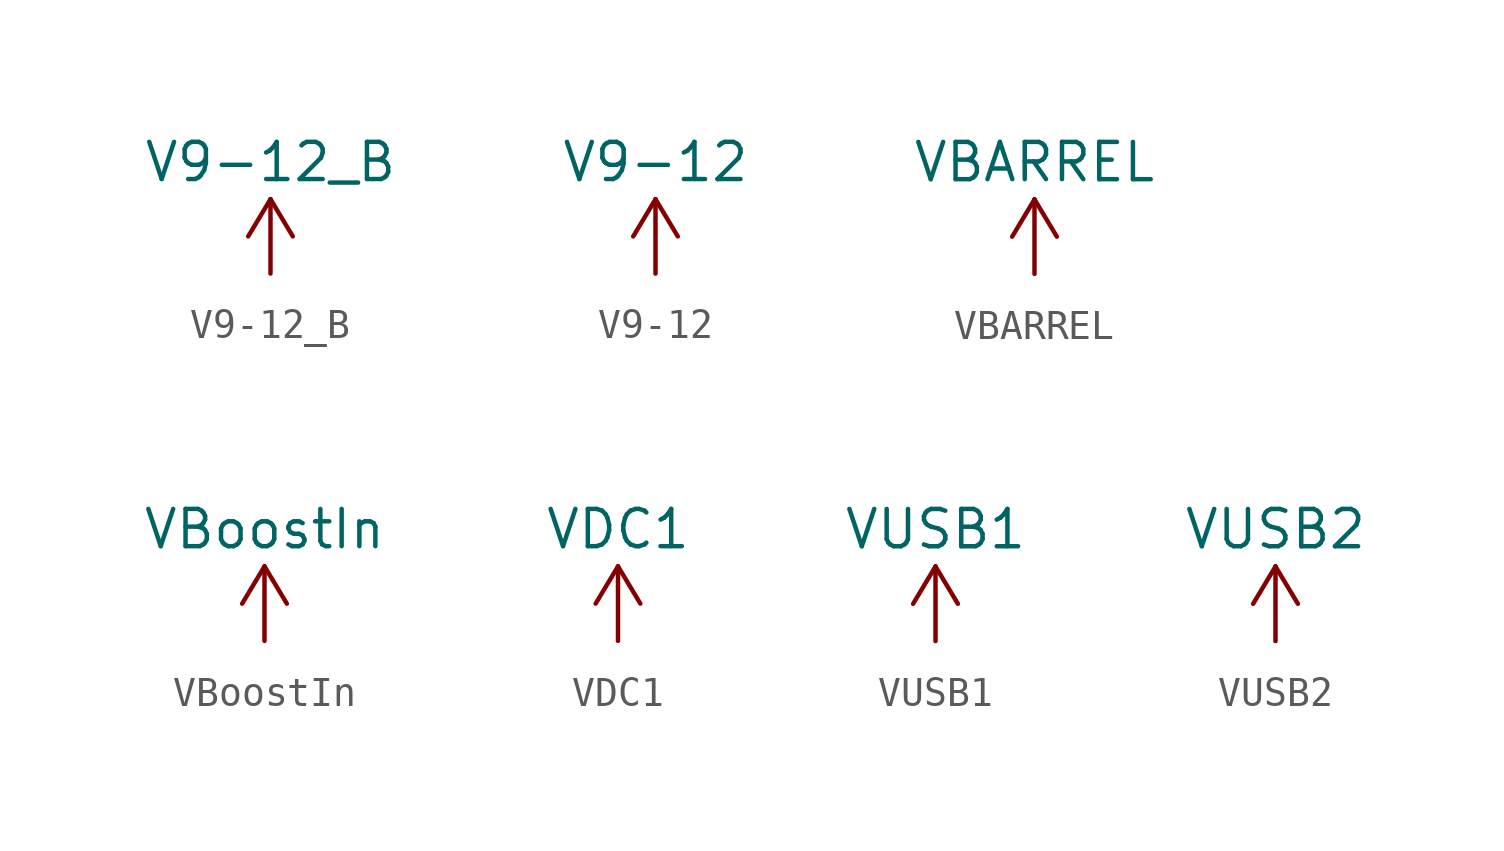
<source format=kicad_sym>
(kicad_symbol_lib
  (version 20220914)
  (generator kicad_symbol_editor)
  (symbol "V9-12_B"
    (power)
    (property "Reference" "#PWR"
      (at 3.81 -2.54 0)
      (effects (font (size 1.27 1.27)) hide))
    (property "Value" "V9-12_B"
      (at 0 3.81 0)
      (effects (font (size 1.27 1.27))))
    (symbol "V9-12_B_0_1"
      (polyline (pts (xy -0.762 1.27) (xy 0 2.54)) (stroke (width 0) (type default)) (fill (type none)))
      (polyline (pts (xy 0 0) (xy 0 2.54)) (stroke (width 0) (type default)) (fill (type none)))
      (polyline (pts (xy 0 2.54) (xy 0.762 1.27)) (stroke (width 0) (type default)) (fill (type none))))
    (symbol "V9-12_B_1_1"
      (pin power_in line (at 0 0 90) (length 0) hide (name "V9-12_B" (effects (font (size 1.27 1.27)))) (number "1" (effects (font (size 1.27 1.27)))))))
  (symbol "V9-12"
    (power)
    (property "Reference" "#PWR"
      (at 3.81 -2.54 0)
      (effects (font (size 1.27 1.27)) hide))
    (property "Value" "V9-12"
      (at 0 3.81 0)
      (effects (font (size 1.27 1.27))))
    (symbol "V9-12_0_1"
      (polyline (pts (xy -0.762 1.27) (xy 0 2.54)) (stroke (width 0) (type default)) (fill (type none)))
      (polyline (pts (xy 0 0) (xy 0 2.54)) (stroke (width 0) (type default)) (fill (type none)))
      (polyline (pts (xy 0 2.54) (xy 0.762 1.27)) (stroke (width 0) (type default)) (fill (type none))))
    (symbol "V9-12_1_1"
      (pin power_in line (at 0 0 90) (length 0) hide (name "V9-12" (effects (font (size 1.27 1.27)))) (number "1" (effects (font (size 1.27 1.27)))))))
  (symbol "VBARREL"
    (power)
    (property "Reference" "#PWR"
      (at 3.81 -2.54 0)
      (effects (font (size 1.27 1.27)) hide))
    (property "Value" "VBARREL"
      (at 0 3.81 0)
      (effects (font (size 1.27 1.27))))
    (symbol "VBARREL_0_1"
      (polyline (pts (xy -0.762 1.27) (xy 0 2.54)) (stroke (width 0) (type default)) (fill (type none)))
      (polyline (pts (xy 0 0) (xy 0 2.54)) (stroke (width 0) (type default)) (fill (type none)))
      (polyline (pts (xy 0 2.54) (xy 0.762 1.27)) (stroke (width 0) (type default)) (fill (type none))))
    (symbol "VBARREL_1_1"
      (pin power_in line (at 0 0 90) (length 0) hide (name "VBARREL" (effects (font (size 1.27 1.27)))) (number "1" (effects (font (size 1.27 1.27)))))))
  (symbol "VBoostIn"
    (power)
    (property "Reference" "#PWR"
      (at 3.81 -2.54 0)
      (effects (font (size 1.27 1.27)) hide))
    (property "Value" "VBoostIn"
      (at 0 3.81 0)
      (effects (font (size 1.27 1.27))))
    (symbol "VBoostIn_0_1"
      (polyline (pts (xy -0.762 1.27) (xy 0 2.54)) (stroke (width 0) (type default)) (fill (type none)))
      (polyline (pts (xy 0 0) (xy 0 2.54)) (stroke (width 0) (type default)) (fill (type none)))
      (polyline (pts (xy 0 2.54) (xy 0.762 1.27)) (stroke (width 0) (type default)) (fill (type none))))
    (symbol "VBoostIn_1_1"
      (pin power_in line (at 0 0 90) (length 0) hide (name "VBoostIn" (effects (font (size 1.27 1.27)))) (number "1" (effects (font (size 1.27 1.27)))))))
  (symbol "VDC1"
    (power)
    (property "Reference" "#PWR"
      (at 3.81 -2.54 0)
      (effects (font (size 1.27 1.27)) hide))
    (property "Value" "VDC1"
      (at 0 3.81 0)
      (effects (font (size 1.27 1.27))))
    (symbol "VDC1_0_1"
      (polyline (pts (xy -0.762 1.27) (xy 0 2.54)) (stroke (width 0) (type default)) (fill (type none)))
      (polyline (pts (xy 0 0) (xy 0 2.54)) (stroke (width 0) (type default)) (fill (type none)))
      (polyline (pts (xy 0 2.54) (xy 0.762 1.27)) (stroke (width 0) (type default)) (fill (type none))))
    (symbol "VDC1_1_1"
      (pin power_in line (at 0 0 90) (length 0) hide (name "VDC1" (effects (font (size 1.27 1.27)))) (number "1" (effects (font (size 1.27 1.27)))))))
  (symbol "VUSB1"
    (power)
    (property "Reference" "#PWR"
      (at 3.81 -2.54 0)
      (effects (font (size 1.27 1.27)) hide))
    (property "Value" "VUSB1"
      (at 0 3.81 0)
      (effects (font (size 1.27 1.27))))
    (symbol "VUSB1_0_1"
      (polyline (pts (xy -0.762 1.27) (xy 0 2.54)) (stroke (width 0) (type default)) (fill (type none)))
      (polyline (pts (xy 0 0) (xy 0 2.54)) (stroke (width 0) (type default)) (fill (type none)))
      (polyline (pts (xy 0 2.54) (xy 0.762 1.27)) (stroke (width 0) (type default)) (fill (type none))))
    (symbol "VUSB1_1_1"
      (pin power_in line (at 0 0 90) (length 0) hide (name "VUSB1" (effects (font (size 1.27 1.27)))) (number "1" (effects (font (size 1.27 1.27)))))))
  (symbol "VUSB2"
    (power)
    (property "Reference" "#PWR"
      (at 3.81 -2.54 0)
      (effects (font (size 1.27 1.27)) hide))
    (property "Value" "VUSB2"
      (at 0 3.81 0)
      (effects (font (size 1.27 1.27))))
    (symbol "VUSB2_0_1"
      (polyline (pts (xy -0.762 1.27) (xy 0 2.54)) (stroke (width 0) (type default)) (fill (type none)))
      (polyline (pts (xy 0 0) (xy 0 2.54)) (stroke (width 0) (type default)) (fill (type none)))
      (polyline (pts (xy 0 2.54) (xy 0.762 1.27)) (stroke (width 0) (type default)) (fill (type none))))
    (symbol "VUSB2_1_1"
      (pin power_in line (at 0 0 90) (length 0) hide (name "VUSB2" (effects (font (size 1.27 1.27)))) (number "1" (effects (font (size 1.27 1.27))))))))
</source>
